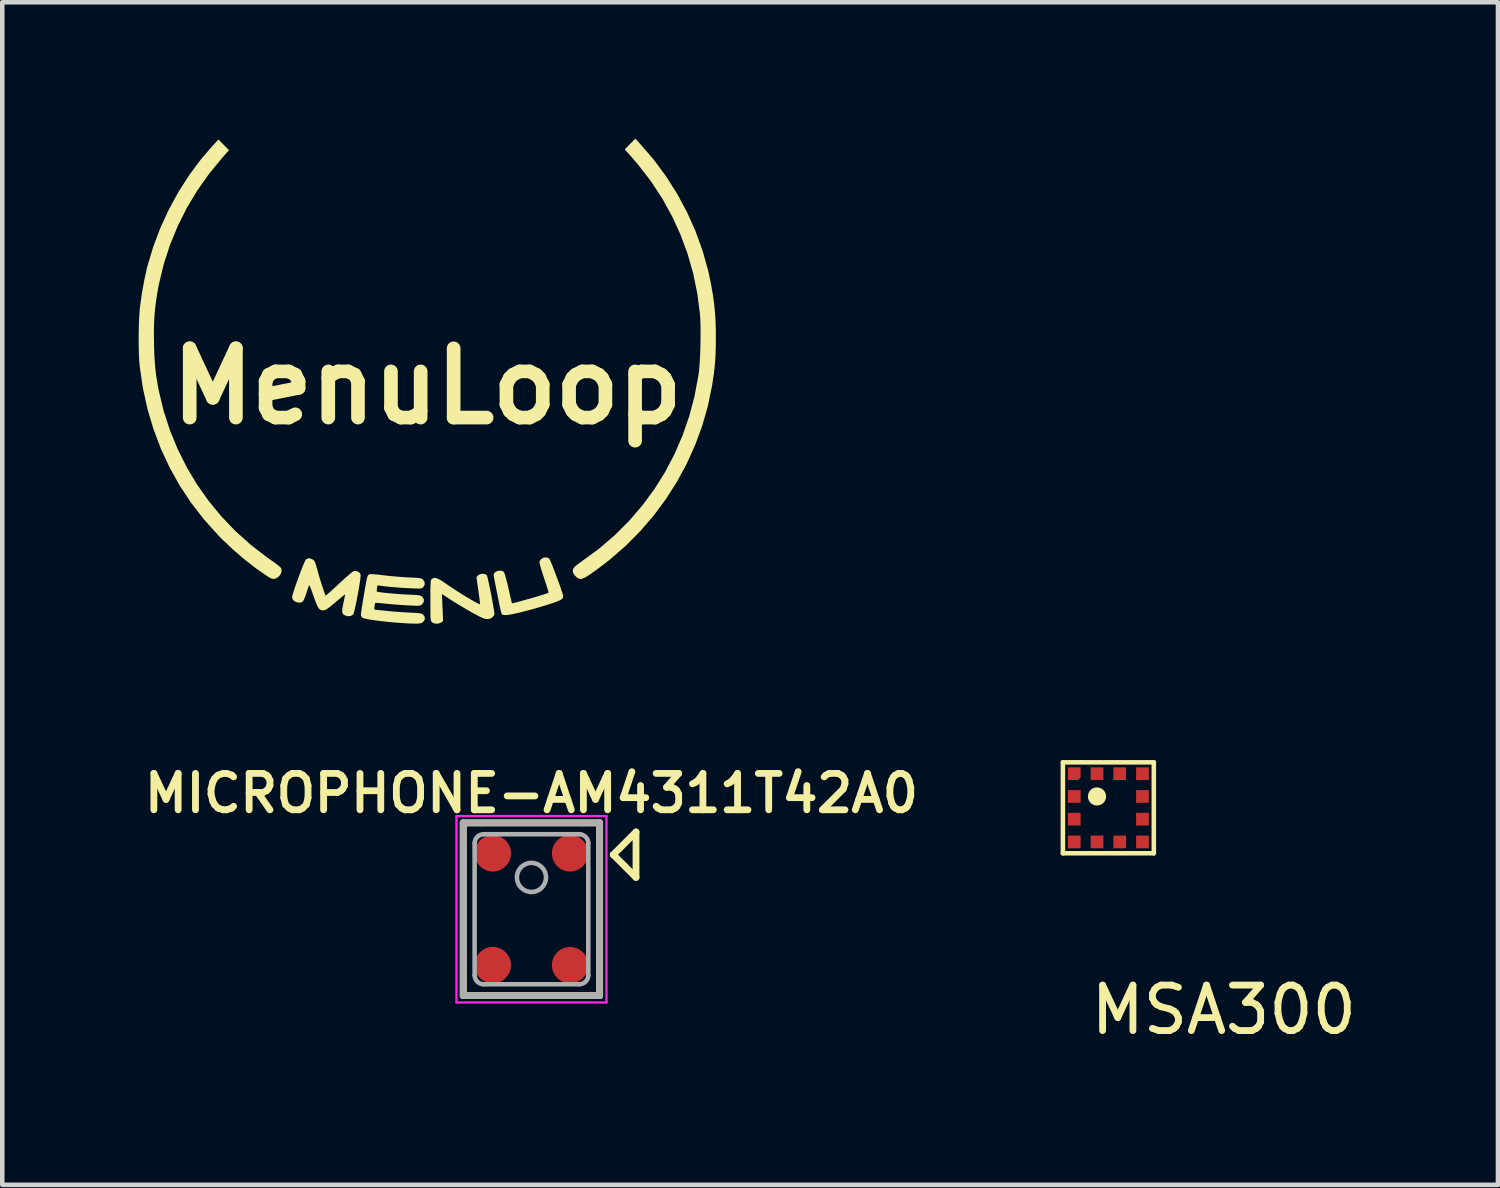
<source format=kicad_pcb>
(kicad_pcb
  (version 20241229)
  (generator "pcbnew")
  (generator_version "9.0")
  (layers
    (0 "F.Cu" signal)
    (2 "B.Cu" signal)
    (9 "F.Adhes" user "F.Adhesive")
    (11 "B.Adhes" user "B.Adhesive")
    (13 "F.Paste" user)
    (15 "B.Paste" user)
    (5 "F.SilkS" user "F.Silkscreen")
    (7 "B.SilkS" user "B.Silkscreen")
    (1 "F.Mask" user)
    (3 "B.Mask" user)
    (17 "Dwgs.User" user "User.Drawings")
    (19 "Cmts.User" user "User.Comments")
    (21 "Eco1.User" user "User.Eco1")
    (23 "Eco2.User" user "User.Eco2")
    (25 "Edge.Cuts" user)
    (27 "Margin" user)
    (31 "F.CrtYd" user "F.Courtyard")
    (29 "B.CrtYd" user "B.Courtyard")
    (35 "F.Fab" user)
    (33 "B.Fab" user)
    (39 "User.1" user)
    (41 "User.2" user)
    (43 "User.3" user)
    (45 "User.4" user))
  (footprint "MICROPHONE-AM4311T42A0"
    (layer "F.Cu")
    (at 8.64 16.95)
    (property "Reference" "MICROPHONE-AM4311T42A0" (at 0 -2.55 0) (layer "F.SilkS") (effects (font (size 0.8 0.8) (thickness 0.15))))
    (attr through_hole)
    (fp_line (start -1.5 -1.9) (end 1.5 -1.9) (stroke (width 0.15) (type solid)) (layer "F.SilkS"))
    (fp_line (start -1.5 1.9) (end -1.5 -1.9) (stroke (width 0.15) (type solid)) (layer "F.SilkS"))
    (fp_line (start 1.5 -1.9) (end 1.5 1.9) (stroke (width 0.15) (type solid)) (layer "F.SilkS"))
    (fp_line (start 1.5 1.9) (end -1.5 1.9) (stroke (width 0.15) (type solid)) (layer "F.SilkS"))
    (fp_line (start 1.8 -1.2) (end 2.3 -1.7) (stroke (width 0.15) (type solid)) (layer "F.SilkS"))
    (fp_line (start 2.3 -1.7) (end 2.3 -0.7) (stroke (width 0.15) (type solid)) (layer "F.SilkS"))
    (fp_line (start 2.3 -0.7) (end 1.8 -1.2) (stroke (width 0.15) (type solid)) (layer "F.SilkS"))
    (fp_line (start -1.65 -2.05) (end 1.65 -2.05) (stroke (width 0.05) (type solid)) (layer "F.CrtYd"))
    (fp_line (start -1.65 2.05) (end -1.65 -2.05) (stroke (width 0.05) (type solid)) (layer "F.CrtYd"))
    (fp_line (start 1.65 -2.05) (end 1.65 2.05) (stroke (width 0.05) (type solid)) (layer "F.CrtYd"))
    (fp_line (start 1.65 2.05) (end -1.65 2.05) (stroke (width 0.05) (type solid)) (layer "F.CrtYd"))
    (fp_line (start -1.5 -1.9) (end -1.5 1.9) (stroke (width 0.15) (type solid)) (layer "F.Fab"))
    (fp_line (start -1.5 1.9) (end 1.5 1.9) (stroke (width 0.15) (type solid)) (layer "F.Fab"))
    (fp_line (start -1.25 -1.45) (end -1.25 1.45) (stroke (width 0.1) (type solid)) (layer "F.Fab"))
    (fp_line (start -1.05 1.65) (end 1.05 1.65) (stroke (width 0.1) (type solid)) (layer "F.Fab"))
    (fp_line (start 1.05 -1.65) (end -1.05 -1.65) (stroke (width 0.1) (type solid)) (layer "F.Fab"))
    (fp_line (start 1.25 1.45) (end 1.25 -1.45) (stroke (width 0.1) (type solid)) (layer "F.Fab"))
    (fp_line (start 1.5 -1.9) (end -1.5 -1.9) (stroke (width 0.15) (type solid)) (layer "F.Fab"))
    (fp_line (start 1.5 1.9) (end 1.5 -1.9) (stroke (width 0.15) (type solid)) (layer "F.Fab"))
    (fp_arc (start -1.25 -1.45) (mid -1.191421 -1.591421) (end -1.05 -1.65) (stroke (width 0.1) (type solid)) (layer "F.Fab"))
    (fp_arc (start -1.05 1.65) (mid -1.191421 1.591421) (end -1.25 1.45) (stroke (width 0.1) (type solid)) (layer "F.Fab"))
    (fp_arc (start 1.05 -1.65) (mid 1.191421 -1.591421) (end 1.25 -1.45) (stroke (width 0.1) (type solid)) (layer "F.Fab"))
    (fp_arc (start 1.25 1.45) (mid 1.191421 1.591421) (end 1.05 1.65) (stroke (width 0.1) (type solid)) (layer "F.Fab"))
    (fp_circle (center 0 -0.7) (end 0.25 -0.5) (stroke (width 0.1) (type solid)) (fill no) (layer "F.Fab"))
    (pad "1" smd circle (at 0.85 -1.23) (size 0.8 0.8) (layers "F.Cu" "F.Mask" "F.Paste"))
    (pad "2" smd circle (at 0.85 1.23) (size 0.8 0.8) (layers "F.Cu" "F.Mask" "F.Paste"))
    (pad "3" smd circle (at -0.85 1.23) (size 0.8 0.8) (layers "F.Cu" "F.Mask" "F.Paste"))
    (pad "4" smd circle (at -0.85 -1.23) (size 0.8 0.8) (layers "F.Cu" "F.Mask" "F.Paste")))
  (footprint "MSA300"
    (layer "F.Cu")
    (at 21.33 14.719)
    (property "Reference" "MSA300" (at 2.54 4.445 0) (layer "F.SilkS") (effects (font (size 1 1) (thickness 0.15))))
    (attr through_hole)
    (fp_line (start -1 -1) (end 1 -1) (stroke (width 0.1) (type solid)) (layer "F.SilkS"))
    (fp_line (start -1 1) (end -1 -1) (stroke (width 0.1) (type solid)) (layer "F.SilkS"))
    (fp_line (start 1 -1) (end 1 1) (stroke (width 0.1) (type solid)) (layer "F.SilkS"))
    (fp_line (start 1 1) (end -1 1) (stroke (width 0.1) (type solid)) (layer "F.SilkS"))
    (fp_circle (center -0.25 -0.25) (end -0.15 -0.25) (stroke (width 0.2) (type solid)) (fill no) (layer "F.SilkS"))
    (pad "1" smd custom (at -0.75 -0.75) (size 0.1 0.1) (layers "F.Cu" "F.Mask" "F.Paste") (options (anchor rect)) (primitives (gr_poly (pts (xy 0.08 0.14) (xy -0.14 0.14) (xy -0.14 -0.14) (xy 0.14 -0.14) (xy 0.14 0.08)) (width 0) (fill yes))))
    (pad "2" smd rect (at -0.75 -0.25) (size 0.28 0.28) (layers "F.Cu" "F.Mask" "F.Paste"))
    (pad "3" smd rect (at -0.75 0.25) (size 0.28 0.28) (layers "F.Cu" "F.Mask" "F.Paste"))
    (pad "4" smd rect (at -0.75 0.75) (size 0.28 0.28) (layers "F.Cu" "F.Mask" "F.Paste"))
    (pad "5" smd rect (at -0.25 0.75) (size 0.28 0.28) (layers "F.Cu" "F.Mask" "F.Paste"))
    (pad "6" smd rect (at 0.25 0.75) (size 0.28 0.28) (layers "F.Cu" "F.Mask" "F.Paste"))
    (pad "7" smd rect (at 0.75 0.75) (size 0.28 0.28) (layers "F.Cu" "F.Mask" "F.Paste"))
    (pad "8" smd rect (at 0.75 0.25) (size 0.28 0.28) (layers "F.Cu" "F.Mask" "F.Paste"))
    (pad "9" smd rect (at 0.75 -0.25) (size 0.28 0.28) (layers "F.Cu" "F.Mask" "F.Paste"))
    (pad "10" smd rect (at 0.75 -0.75) (size 0.28 0.28) (layers "F.Cu" "F.Mask" "F.Paste"))
    (pad "11" smd rect (at 0.25 -0.75) (size 0.28 0.28) (layers "F.Cu" "F.Mask" "F.Paste"))
    (pad "12" smd rect (at -0.25 -0.75) (size 0.28 0.28) (layers "F.Cu" "F.Mask" "F.Paste")))
  (footprint "MenuLoop"
    (layer "F.Cu")
    (at 6.348 5.446)
    (property "Reference" "MenuLoop" (at 0 0 0) (layer "F.SilkS") (effects (font (size 1.524 1.524) (thickness 0.3))))
    (attr board_only exclude_from_pos_files exclude_from_bom)
    (fp_poly (pts (xy 4.688 -5.325) (xy 4.987 -4.978) (xy 5.258 -4.611) (xy 5.502 -4.225) (xy 5.717 -3.823) (xy 5.903 -3.406) (xy 6.057 -2.978) (xy 6.18 -2.54) (xy 6.246 -2.226) (xy 6.282 -2.017) (xy 6.309 -1.823) (xy 6.328 -1.635) (xy 6.341 -1.44) (xy 6.347 -1.229) (xy 6.348 -1.074) (xy 6.347 -0.88) (xy 6.342 -0.71) (xy 6.334 -0.556) (xy 6.32 -0.407) (xy 6.302 -0.253) (xy 6.276 -0.085) (xy 6.263 -0.003) (xy 6.172 0.439) (xy 6.048 0.872) (xy 5.892 1.295) (xy 5.707 1.705) (xy 5.492 2.102) (xy 5.249 2.483) (xy 4.979 2.846) (xy 4.684 3.189) (xy 4.364 3.511) (xy 4.02 3.81) (xy 3.825 3.961) (xy 3.705 4.05) (xy 3.608 4.119) (xy 3.531 4.17) (xy 3.471 4.206) (xy 3.424 4.228) (xy 3.386 4.238) (xy 3.355 4.238) (xy 3.334 4.233) (xy 3.289 4.205) (xy 3.244 4.16) (xy 3.212 4.111) (xy 3.205 4.091) (xy 3.201 4.053) (xy 3.209 4.019) (xy 3.231 3.984) (xy 3.273 3.944) (xy 3.337 3.895) (xy 3.422 3.835) (xy 3.789 3.565) (xy 4.13 3.271) (xy 4.446 2.955) (xy 4.735 2.618) (xy 4.997 2.262) (xy 5.232 1.887) (xy 5.438 1.494) (xy 5.615 1.085) (xy 5.762 0.661) (xy 5.878 0.223) (xy 5.963 -0.228) (xy 5.973 -0.296) (xy 5.984 -0.402) (xy 5.994 -0.535) (xy 6.002 -0.687) (xy 6.008 -0.851) (xy 6.011 -1.02) (xy 6.012 -1.186) (xy 6.01 -1.34) (xy 6.006 -1.477) (xy 5.999 -1.583) (xy 5.941 -2.036) (xy 5.85 -2.479) (xy 5.727 -2.911) (xy 5.572 -3.331) (xy 5.386 -3.738) (xy 5.169 -4.13) (xy 4.922 -4.507) (xy 4.644 -4.867) (xy 4.502 -5.033) (xy 4.344 -5.211) (xy 4.46 -5.328) (xy 4.577 -5.446)) (stroke (width 0) (type solid)) (fill yes) (layer "F.SilkS"))
    (fp_poly (pts (xy 1.274 4.132) (xy 1.31 4.155) (xy 1.318 4.177) (xy 1.331 4.228) (xy 1.348 4.301) (xy 1.367 4.391) (xy 1.388 4.491) (xy 1.409 4.597) (xy 1.429 4.703) (xy 1.447 4.802) (xy 1.462 4.89) (xy 1.472 4.959) (xy 1.478 5.006) (xy 1.478 5.015) (xy 1.467 5.041) (xy 1.439 5.076) (xy 1.436 5.079) (xy 1.393 5.11) (xy 1.338 5.121) (xy 1.319 5.121) (xy 1.285 5.118) (xy 1.247 5.109) (xy 1.199 5.089) (xy 1.135 5.058) (xy 1.05 5.013) (xy 0.986 4.978) (xy 0.88 4.917) (xy 0.765 4.85) (xy 0.653 4.782) (xy 0.555 4.721) (xy 0.525 4.702) (xy 0.323 4.57) (xy 0.348 5.168) (xy 0.308 5.196) (xy 0.251 5.219) (xy 0.187 5.223) (xy 0.129 5.208) (xy 0.103 5.19) (xy 0.093 5.178) (xy 0.085 5.162) (xy 0.079 5.139) (xy 0.074 5.104) (xy 0.071 5.052) (xy 0.07 4.98) (xy 0.069 4.884) (xy 0.069 4.758) (xy 0.069 4.711) (xy 0.069 4.576) (xy 0.069 4.471) (xy 0.071 4.392) (xy 0.073 4.334) (xy 0.077 4.295) (xy 0.082 4.268) (xy 0.09 4.251) (xy 0.099 4.24) (xy 0.102 4.237) (xy 0.139 4.217) (xy 0.186 4.217) (xy 0.247 4.239) (xy 0.325 4.284) (xy 0.395 4.332) (xy 0.481 4.391) (xy 0.576 4.454) (xy 0.676 4.519) (xy 0.777 4.583) (xy 0.874 4.642) (xy 0.964 4.695) (xy 1.042 4.739) (xy 1.103 4.772) (xy 1.144 4.79) (xy 1.159 4.793) (xy 1.159 4.774) (xy 1.155 4.727) (xy 1.147 4.658) (xy 1.135 4.572) (xy 1.125 4.502) (xy 1.111 4.407) (xy 1.099 4.324) (xy 1.09 4.259) (xy 1.084 4.218) (xy 1.083 4.206) (xy 1.094 4.186) (xy 1.117 4.159) (xy 1.162 4.133) (xy 1.219 4.124)) (stroke (width 0) (type solid)) (fill yes) (layer "F.SilkS"))
    (fp_poly (pts (xy -4.477 -5.31) (xy -4.361 -5.193) (xy -4.511 -5.024) (xy -4.8 -4.672) (xy -5.06 -4.303) (xy -5.291 -3.918) (xy -5.491 -3.519) (xy -5.66 -3.106) (xy -5.797 -2.682) (xy -5.902 -2.246) (xy -5.937 -2.057) (xy -5.966 -1.872) (xy -5.987 -1.699) (xy -6.002 -1.529) (xy -6.01 -1.354) (xy -6.013 -1.165) (xy -6.01 -0.952) (xy -6.01 -0.921) (xy -6.004 -0.725) (xy -5.995 -0.553) (xy -5.982 -0.398) (xy -5.965 -0.251) (xy -5.942 -0.102) (xy -5.913 0.057) (xy -5.903 0.108) (xy -5.797 0.546) (xy -5.659 0.971) (xy -5.49 1.383) (xy -5.292 1.779) (xy -5.065 2.159) (xy -4.81 2.521) (xy -4.528 2.863) (xy -4.22 3.185) (xy -3.886 3.485) (xy -3.529 3.761) (xy -3.422 3.835) (xy -3.349 3.887) (xy -3.285 3.936) (xy -3.238 3.976) (xy -3.212 4.003) (xy -3.209 4.008) (xy -3.203 4.069) (xy -3.224 4.132) (xy -3.267 4.187) (xy -3.325 4.226) (xy -3.36 4.237) (xy -3.394 4.238) (xy -3.433 4.227) (xy -3.486 4.198) (xy -3.523 4.175) (xy -3.776 4) (xy -4.033 3.799) (xy -4.287 3.579) (xy -4.531 3.347) (xy -4.598 3.278) (xy -4.91 2.931) (xy -5.193 2.566) (xy -5.446 2.184) (xy -5.668 1.786) (xy -5.861 1.371) (xy -6.023 0.941) (xy -6.155 0.496) (xy -6.256 0.036) (xy -6.325 -0.438) (xy -6.326 -0.447) (xy -6.336 -0.566) (xy -6.343 -0.711) (xy -6.347 -0.874) (xy -6.348 -1.048) (xy -6.346 -1.225) (xy -6.342 -1.396) (xy -6.334 -1.554) (xy -6.324 -1.691) (xy -6.318 -1.753) (xy -6.277 -2.04) (xy -6.227 -2.322) (xy -6.17 -2.584) (xy -6.152 -2.653) (xy -6.026 -3.072) (xy -5.87 -3.486) (xy -5.684 -3.888) (xy -5.471 -4.277) (xy -5.233 -4.649) (xy -4.972 -4.999) (xy -4.694 -5.32) (xy -4.593 -5.427)) (stroke (width 0) (type solid)) (fill yes) (layer "F.SilkS"))
    (fp_poly (pts (xy 2.652 3.773) (xy 2.685 3.794) (xy 2.698 3.819) (xy 2.721 3.87) (xy 2.751 3.943) (xy 2.786 4.032) (xy 2.823 4.13) (xy 2.862 4.232) (xy 2.898 4.333) (xy 2.932 4.426) (xy 2.959 4.507) (xy 2.979 4.569) (xy 2.989 4.607) (xy 2.99 4.614) (xy 2.984 4.652) (xy 2.962 4.681) (xy 2.918 4.708) (xy 2.882 4.724) (xy 2.818 4.749) (xy 2.728 4.78) (xy 2.617 4.815) (xy 2.492 4.853) (xy 2.361 4.891) (xy 2.229 4.927) (xy 2.103 4.96) (xy 2.046 4.975) (xy 1.914 5.005) (xy 1.812 5.025) (xy 1.735 5.034) (xy 1.682 5.032) (xy 1.648 5.02) (xy 1.635 5.005) (xy 1.628 4.981) (xy 1.616 4.93) (xy 1.599 4.857) (xy 1.58 4.767) (xy 1.559 4.666) (xy 1.538 4.56) (xy 1.517 4.455) (xy 1.498 4.357) (xy 1.481 4.27) (xy 1.469 4.202) (xy 1.462 4.157) (xy 1.461 4.144) (xy 1.476 4.107) (xy 1.516 4.076) (xy 1.57 4.058) (xy 1.598 4.056) (xy 1.65 4.062) (xy 1.682 4.083) (xy 1.691 4.094) (xy 1.702 4.123) (xy 1.719 4.179) (xy 1.74 4.257) (xy 1.764 4.35) (xy 1.788 4.451) (xy 1.81 4.55) (xy 1.83 4.638) (xy 1.847 4.707) (xy 1.858 4.754) (xy 1.863 4.773) (xy 1.863 4.773) (xy 1.881 4.771) (xy 1.927 4.761) (xy 1.994 4.744) (xy 2.078 4.721) (xy 2.172 4.695) (xy 2.272 4.667) (xy 2.371 4.638) (xy 2.464 4.61) (xy 2.546 4.585) (xy 2.611 4.564) (xy 2.654 4.549) (xy 2.667 4.543) (xy 2.665 4.526) (xy 2.653 4.481) (xy 2.633 4.413) (xy 2.606 4.329) (xy 2.574 4.232) (xy 2.568 4.215) (xy 2.531 4.103) (xy 2.501 4.006) (xy 2.48 3.93) (xy 2.469 3.879) (xy 2.468 3.859) (xy 2.499 3.807) (xy 2.552 3.773) (xy 2.603 3.764)) (stroke (width 0) (type solid)) (fill yes) (layer "F.SilkS"))
    (fp_poly (pts (xy -2.578 3.786) (xy -2.526 3.807) (xy -2.497 3.827) (xy -2.475 3.858) (xy -2.455 3.909) (xy -2.44 3.957) (xy -2.422 4.021) (xy -2.407 4.074) (xy -2.398 4.105) (xy -2.398 4.107) (xy -2.386 4.151) (xy -2.368 4.213) (xy -2.345 4.287) (xy -2.32 4.367) (xy -2.294 4.444) (xy -2.27 4.514) (xy -2.251 4.568) (xy -2.238 4.6) (xy -2.234 4.606) (xy -2.219 4.594) (xy -2.182 4.563) (xy -2.128 4.515) (xy -2.06 4.453) (xy -1.981 4.381) (xy -1.939 4.341) (xy -1.855 4.264) (xy -1.778 4.195) (xy -1.711 4.137) (xy -1.658 4.094) (xy -1.625 4.069) (xy -1.617 4.065) (xy -1.565 4.063) (xy -1.513 4.082) (xy -1.476 4.118) (xy -1.467 4.138) (xy -1.466 4.17) (xy -1.471 4.229) (xy -1.482 4.309) (xy -1.497 4.405) (xy -1.515 4.51) (xy -1.535 4.618) (xy -1.555 4.724) (xy -1.576 4.823) (xy -1.595 4.908) (xy -1.612 4.973) (xy -1.626 5.012) (xy -1.631 5.021) (xy -1.686 5.055) (xy -1.754 5.057) (xy -1.775 5.052) (xy -1.821 5.035) (xy -1.852 5.013) (xy -1.868 4.98) (xy -1.871 4.93) (xy -1.863 4.86) (xy -1.843 4.762) (xy -1.838 4.741) (xy -1.824 4.672) (xy -1.813 4.618) (xy -1.808 4.585) (xy -1.808 4.579) (xy -1.822 4.588) (xy -1.857 4.616) (xy -1.909 4.659) (xy -1.974 4.713) (xy -2.011 4.745) (xy -2.097 4.818) (xy -2.163 4.87) (xy -2.213 4.905) (xy -2.253 4.924) (xy -2.287 4.93) (xy -2.32 4.927) (xy -2.328 4.925) (xy -2.356 4.914) (xy -2.38 4.893) (xy -2.405 4.857) (xy -2.431 4.803) (xy -2.462 4.725) (xy -2.5 4.619) (xy -2.509 4.594) (xy -2.538 4.512) (xy -2.564 4.445) (xy -2.584 4.398) (xy -2.596 4.376) (xy -2.599 4.375) (xy -2.608 4.398) (xy -2.624 4.445) (xy -2.645 4.507) (xy -2.655 4.537) (xy -2.685 4.627) (xy -2.71 4.689) (xy -2.733 4.729) (xy -2.758 4.75) (xy -2.789 4.759) (xy -2.816 4.76) (xy -2.886 4.748) (xy -2.939 4.715) (xy -2.969 4.667) (xy -2.973 4.638) (xy -2.967 4.606) (xy -2.95 4.548) (xy -2.925 4.469) (xy -2.894 4.377) (xy -2.858 4.276) (xy -2.82 4.172) (xy -2.782 4.071) (xy -2.746 3.98) (xy -2.715 3.903) (xy -2.69 3.846) (xy -2.673 3.816) (xy -2.672 3.814) (xy -2.63 3.786)) (stroke (width 0) (type solid)) (fill yes) (layer "F.SilkS"))
    (fp_poly (pts (xy -1.18 4.135) (xy -1.103 4.142) (xy -1.012 4.152) (xy -0.954 4.159) (xy -0.83 4.173) (xy -0.688 4.186) (xy -0.546 4.197) (xy -0.418 4.205) (xy -0.405 4.205) (xy -0.301 4.21) (xy -0.226 4.214) (xy -0.174 4.219) (xy -0.139 4.226) (xy -0.115 4.236) (xy -0.097 4.249) (xy -0.091 4.255) (xy -0.058 4.309) (xy -0.057 4.366) (xy -0.087 4.418) (xy -0.088 4.419) (xy -0.104 4.433) (xy -0.122 4.443) (xy -0.149 4.448) (xy -0.19 4.45) (xy -0.251 4.449) (xy -0.338 4.446) (xy -0.376 4.444) (xy -0.542 4.435) (xy -0.704 4.423) (xy -0.853 4.41) (xy -0.98 4.395) (xy -1.024 4.389) (xy -1.095 4.379) (xy -1.105 4.444) (xy -1.111 4.488) (xy -1.11 4.514) (xy -1.109 4.516) (xy -1.087 4.523) (xy -1.037 4.531) (xy -0.964 4.54) (xy -0.873 4.55) (xy -0.771 4.559) (xy -0.664 4.568) (xy -0.557 4.575) (xy -0.455 4.581) (xy -0.422 4.583) (xy -0.318 4.587) (xy -0.243 4.592) (xy -0.191 4.597) (xy -0.156 4.604) (xy -0.132 4.614) (xy -0.114 4.627) (xy -0.108 4.634) (xy -0.075 4.686) (xy -0.075 4.74) (xy -0.109 4.792) (xy -0.111 4.794) (xy -0.129 4.81) (xy -0.148 4.82) (xy -0.173 4.826) (xy -0.212 4.829) (xy -0.271 4.828) (xy -0.355 4.824) (xy -0.399 4.822) (xy -0.517 4.815) (xy -0.652 4.806) (xy -0.786 4.795) (xy -0.892 4.785) (xy -0.98 4.776) (xy -1.054 4.769) (xy -1.11 4.765) (xy -1.14 4.764) (xy -1.143 4.764) (xy -1.148 4.782) (xy -1.156 4.823) (xy -1.16 4.842) (xy -1.165 4.89) (xy -1.159 4.912) (xy -1.149 4.915) (xy -1.124 4.917) (xy -1.072 4.923) (xy -1 4.93) (xy -0.916 4.939) (xy -0.902 4.941) (xy -0.799 4.951) (xy -0.676 4.961) (xy -0.547 4.97) (xy -0.427 4.977) (xy -0.407 4.978) (xy -0.301 4.983) (xy -0.223 4.988) (xy -0.169 4.994) (xy -0.132 5.002) (xy -0.106 5.013) (xy -0.093 5.022) (xy -0.058 5.068) (xy -0.053 5.121) (xy -0.079 5.171) (xy -0.097 5.189) (xy -0.118 5.203) (xy -0.145 5.213) (xy -0.183 5.219) (xy -0.234 5.222) (xy -0.304 5.221) (xy -0.398 5.218) (xy -0.518 5.211) (xy -0.61 5.205) (xy -0.736 5.195) (xy -0.866 5.183) (xy -0.993 5.169) (xy -1.113 5.154) (xy -1.221 5.139) (xy -1.311 5.124) (xy -1.378 5.109) (xy -1.417 5.097) (xy -1.421 5.095) (xy -1.451 5.063) (xy -1.461 5.033) (xy -1.458 5.003) (xy -1.45 4.945) (xy -1.438 4.866) (xy -1.423 4.771) (xy -1.406 4.667) (xy -1.388 4.561) (xy -1.371 4.458) (xy -1.354 4.364) (xy -1.34 4.286) (xy -1.328 4.23) (xy -1.323 4.206) (xy -1.299 4.154) (xy -1.267 4.133) (xy -1.237 4.132)) (stroke (width 0) (type solid)) (fill yes) (layer "F.SilkS")))
  (gr_rect
    (start -3 -3)
    (end 29.9 23.012)
    (stroke (width 0.1) (type default))
    (fill no)
    (layer "Edge.Cuts")))
</source>
